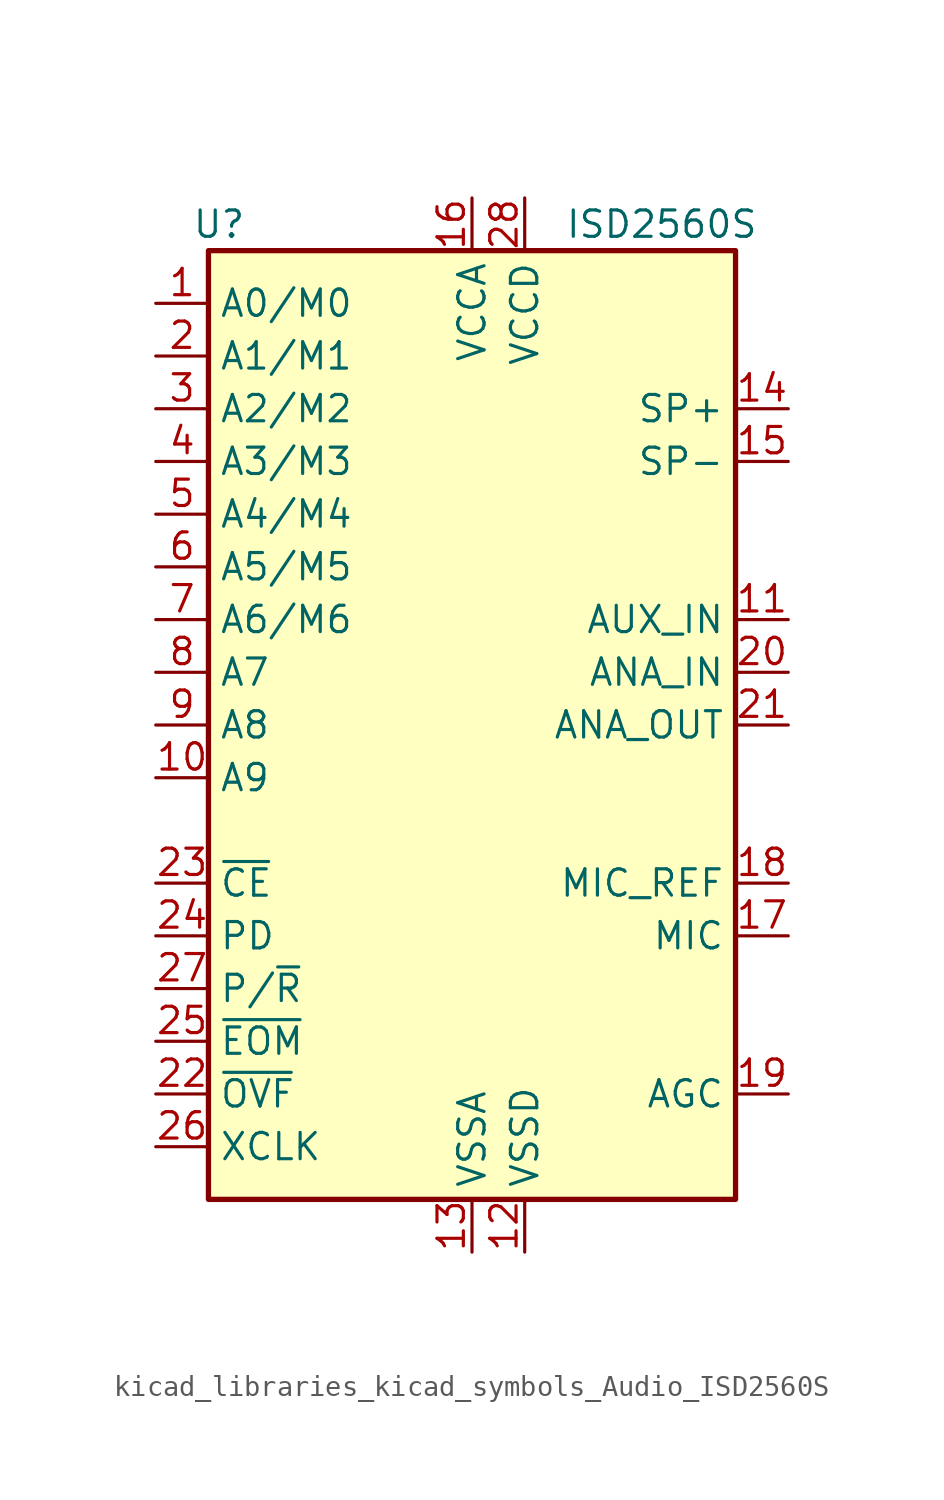
<source format=kicad_sym>
(kicad_symbol_lib
  (version 20220914)
  (generator kicad_symbol_editor)
  (symbol "kicad_libraries_kicad_symbols_Audio_ISD2560S"
    (property "Reference" "U"
      (at -12.192 24.13 0)
      (effects (font (size 1.27 1.27))))
    (property "Value" "ISD2560S"
      (at 9.144 24.13 0)
      (effects (font (size 1.27 1.27))))
    (symbol "kicad_libraries_kicad_symbols_Audio_ISD2560S_0_1"
      (rectangle (start -12.7 22.86) (end 12.7 -22.86) (stroke (width 0.254) (type default)) (fill (type background))))
    (symbol "kicad_libraries_kicad_symbols_Audio_ISD2560S_1_1"
      (pin input line (at -15.24 20.32 0) (length 2.54) (name "A0/M0" (effects (font (size 1.27 1.27)))) (number "1" (effects (font (size 1.27 1.27)))))
      (pin input line (at -15.24 -2.54 0) (length 2.54) (name "A9" (effects (font (size 1.27 1.27)))) (number "10" (effects (font (size 1.27 1.27)))))
      (pin input line (at 15.24 5.08 180) (length 2.54) (name "AUX_IN" (effects (font (size 1.27 1.27)))) (number "11" (effects (font (size 1.27 1.27)))))
      (pin power_in line (at 2.54 -25.4 90) (length 2.54) (name "VSSD" (effects (font (size 1.27 1.27)))) (number "12" (effects (font (size 1.27 1.27)))))
      (pin power_in line (at 0 -25.4 90) (length 2.54) (name "VSSA" (effects (font (size 1.27 1.27)))) (number "13" (effects (font (size 1.27 1.27)))))
      (pin output line (at 15.24 15.24 180) (length 2.54) (name "SP+" (effects (font (size 1.27 1.27)))) (number "14" (effects (font (size 1.27 1.27)))))
      (pin output line (at 15.24 12.7 180) (length 2.54) (name "SP-" (effects (font (size 1.27 1.27)))) (number "15" (effects (font (size 1.27 1.27)))))
      (pin power_in line (at 0 25.4 270) (length 2.54) (name "VCCA" (effects (font (size 1.27 1.27)))) (number "16" (effects (font (size 1.27 1.27)))))
      (pin input line (at 15.24 -10.16 180) (length 2.54) (name "MIC" (effects (font (size 1.27 1.27)))) (number "17" (effects (font (size 1.27 1.27)))))
      (pin passive line (at 15.24 -7.62 180) (length 2.54) (name "MIC_REF" (effects (font (size 1.27 1.27)))) (number "18" (effects (font (size 1.27 1.27)))))
      (pin passive line (at 15.24 -17.78 180) (length 2.54) (name "AGC" (effects (font (size 1.27 1.27)))) (number "19" (effects (font (size 1.27 1.27)))))
      (pin input line (at -15.24 17.78 0) (length 2.54) (name "A1/M1" (effects (font (size 1.27 1.27)))) (number "2" (effects (font (size 1.27 1.27)))))
      (pin input line (at 15.24 2.54 180) (length 2.54) (name "ANA_IN" (effects (font (size 1.27 1.27)))) (number "20" (effects (font (size 1.27 1.27)))))
      (pin output line (at 15.24 0 180) (length 2.54) (name "ANA_OUT" (effects (font (size 1.27 1.27)))) (number "21" (effects (font (size 1.27 1.27)))))
      (pin output line (at -15.24 -17.78 0) (length 2.54) (name "~{OVF}" (effects (font (size 1.27 1.27)))) (number "22" (effects (font (size 1.27 1.27)))))
      (pin input line (at -15.24 -7.62 0) (length 2.54) (name "~{CE}" (effects (font (size 1.27 1.27)))) (number "23" (effects (font (size 1.27 1.27)))))
      (pin input line (at -15.24 -10.16 0) (length 2.54) (name "PD" (effects (font (size 1.27 1.27)))) (number "24" (effects (font (size 1.27 1.27)))))
      (pin output line (at -15.24 -15.24 0) (length 2.54) (name "~{EOM}" (effects (font (size 1.27 1.27)))) (number "25" (effects (font (size 1.27 1.27)))))
      (pin input line (at -15.24 -20.32 0) (length 2.54) (name "XCLK" (effects (font (size 1.27 1.27)))) (number "26" (effects (font (size 1.27 1.27)))))
      (pin input line (at -15.24 -12.7 0) (length 2.54) (name "P/~{R}" (effects (font (size 1.27 1.27)))) (number "27" (effects (font (size 1.27 1.27)))))
      (pin power_in line (at 2.54 25.4 270) (length 2.54) (name "VCCD" (effects (font (size 1.27 1.27)))) (number "28" (effects (font (size 1.27 1.27)))))
      (pin input line (at -15.24 15.24 0) (length 2.54) (name "A2/M2" (effects (font (size 1.27 1.27)))) (number "3" (effects (font (size 1.27 1.27)))))
      (pin input line (at -15.24 12.7 0) (length 2.54) (name "A3/M3" (effects (font (size 1.27 1.27)))) (number "4" (effects (font (size 1.27 1.27)))))
      (pin input line (at -15.24 10.16 0) (length 2.54) (name "A4/M4" (effects (font (size 1.27 1.27)))) (number "5" (effects (font (size 1.27 1.27)))))
      (pin input line (at -15.24 7.62 0) (length 2.54) (name "A5/M5" (effects (font (size 1.27 1.27)))) (number "6" (effects (font (size 1.27 1.27)))))
      (pin input line (at -15.24 5.08 0) (length 2.54) (name "A6/M6" (effects (font (size 1.27 1.27)))) (number "7" (effects (font (size 1.27 1.27)))))
      (pin input line (at -15.24 2.54 0) (length 2.54) (name "A7" (effects (font (size 1.27 1.27)))) (number "8" (effects (font (size 1.27 1.27)))))
      (pin input line (at -15.24 0 0) (length 2.54) (name "A8" (effects (font (size 1.27 1.27)))) (number "9" (effects (font (size 1.27 1.27))))))))
</source>
